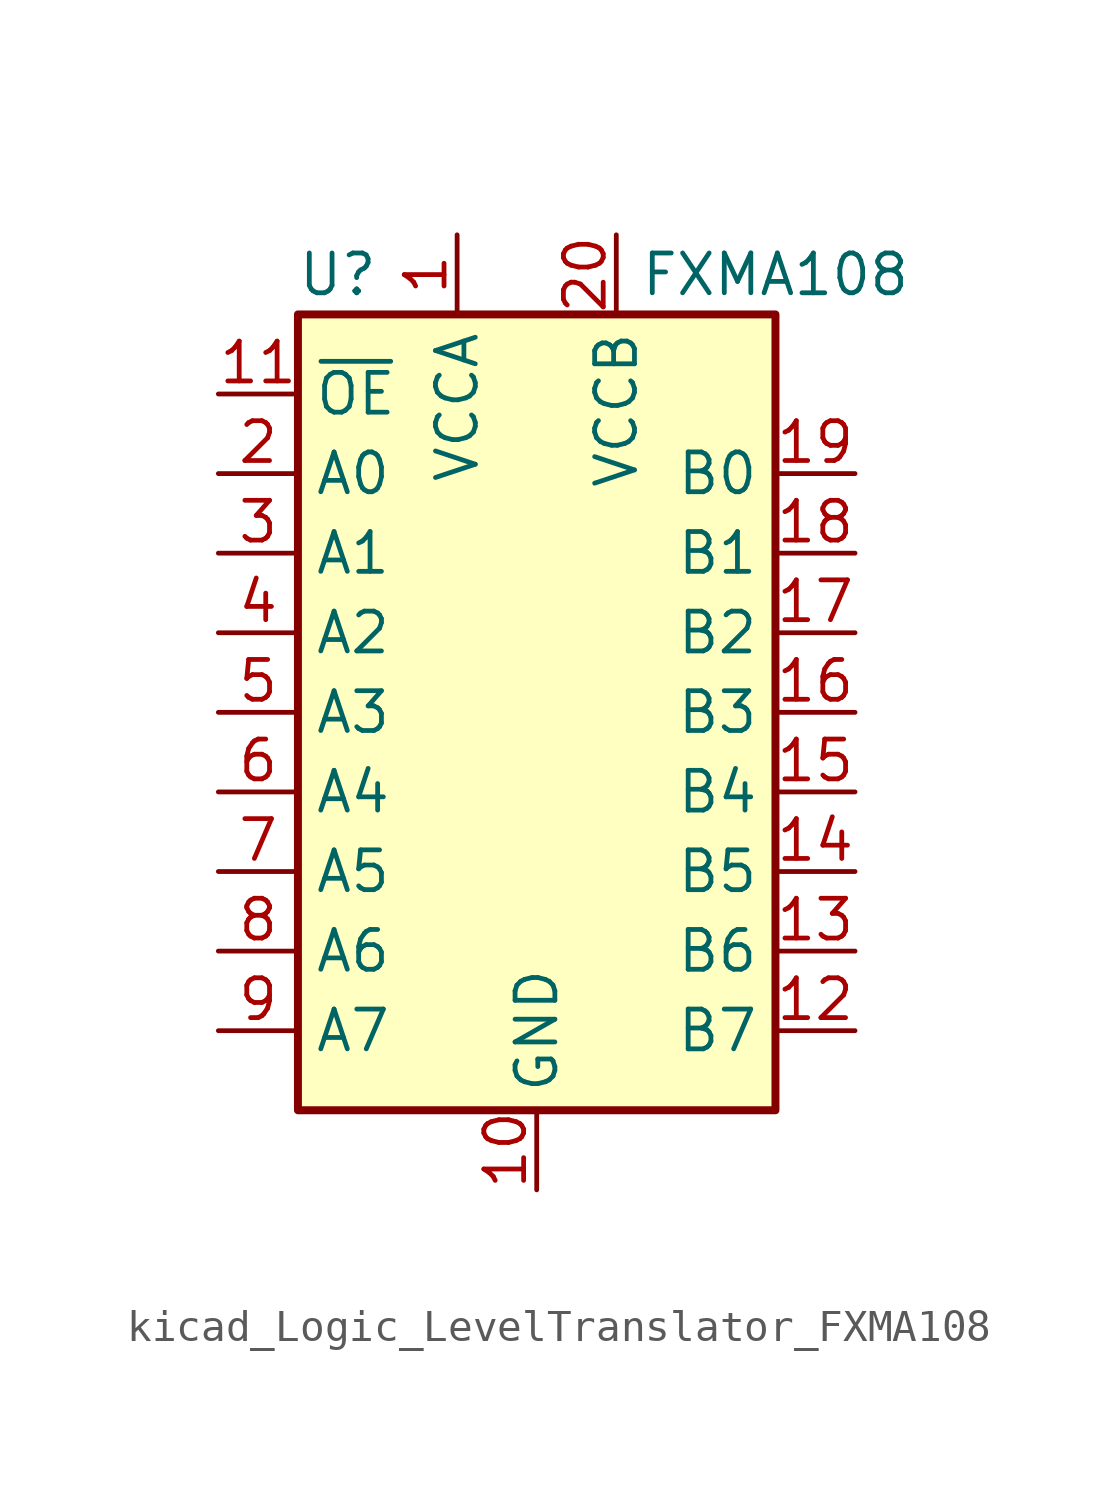
<source format=kicad_sym>
(kicad_symbol_lib
  (version 20220914)
  (generator kicad_symbol_editor)
  (symbol "kicad_Logic_LevelTranslator_FXMA108"
    (property "Reference" "U"
      (at -6.35 13.97 0)
      (effects (font (size 1.27 1.27))))
    (property "Value" "FXMA108"
      (at 7.62 13.97 0)
      (effects (font (size 1.27 1.27))))
    (symbol "kicad_Logic_LevelTranslator_FXMA108_1_1"
      (rectangle (start -7.62 12.7) (end 7.62 -12.7) (stroke (width 0.254) (type default)) (fill (type background)))
      (pin power_in line (at -2.54 15.24 270) (length 2.54) (name "VCCA" (effects (font (size 1.27 1.27)))) (number "1" (effects (font (size 1.27 1.27)))))
      (pin power_in line (at 0 -15.24 90) (length 2.54) (name "GND" (effects (font (size 1.27 1.27)))) (number "10" (effects (font (size 1.27 1.27)))))
      (pin input line (at -10.16 10.16 0) (length 2.54) (name "~{OE}" (effects (font (size 1.27 1.27)))) (number "11" (effects (font (size 1.27 1.27)))))
      (pin bidirectional line (at 10.16 -10.16 180) (length 2.54) (name "B7" (effects (font (size 1.27 1.27)))) (number "12" (effects (font (size 1.27 1.27)))))
      (pin bidirectional line (at 10.16 -7.62 180) (length 2.54) (name "B6" (effects (font (size 1.27 1.27)))) (number "13" (effects (font (size 1.27 1.27)))))
      (pin bidirectional line (at 10.16 -5.08 180) (length 2.54) (name "B5" (effects (font (size 1.27 1.27)))) (number "14" (effects (font (size 1.27 1.27)))))
      (pin bidirectional line (at 10.16 -2.54 180) (length 2.54) (name "B4" (effects (font (size 1.27 1.27)))) (number "15" (effects (font (size 1.27 1.27)))))
      (pin bidirectional line (at 10.16 0 180) (length 2.54) (name "B3" (effects (font (size 1.27 1.27)))) (number "16" (effects (font (size 1.27 1.27)))))
      (pin bidirectional line (at 10.16 2.54 180) (length 2.54) (name "B2" (effects (font (size 1.27 1.27)))) (number "17" (effects (font (size 1.27 1.27)))))
      (pin bidirectional line (at 10.16 5.08 180) (length 2.54) (name "B1" (effects (font (size 1.27 1.27)))) (number "18" (effects (font (size 1.27 1.27)))))
      (pin bidirectional line (at 10.16 7.62 180) (length 2.54) (name "B0" (effects (font (size 1.27 1.27)))) (number "19" (effects (font (size 1.27 1.27)))))
      (pin bidirectional line (at -10.16 7.62 0) (length 2.54) (name "A0" (effects (font (size 1.27 1.27)))) (number "2" (effects (font (size 1.27 1.27)))))
      (pin power_in line (at 2.54 15.24 270) (length 2.54) (name "VCCB" (effects (font (size 1.27 1.27)))) (number "20" (effects (font (size 1.27 1.27)))))
      (pin no_connect line (at 2.54 -12.7 90) (length 2.54) hide (name "NC" (effects (font (size 1.27 1.27)))) (number "21" (effects (font (size 1.27 1.27)))))
      (pin bidirectional line (at -10.16 5.08 0) (length 2.54) (name "A1" (effects (font (size 1.27 1.27)))) (number "3" (effects (font (size 1.27 1.27)))))
      (pin bidirectional line (at -10.16 2.54 0) (length 2.54) (name "A2" (effects (font (size 1.27 1.27)))) (number "4" (effects (font (size 1.27 1.27)))))
      (pin bidirectional line (at -10.16 0 0) (length 2.54) (name "A3" (effects (font (size 1.27 1.27)))) (number "5" (effects (font (size 1.27 1.27)))))
      (pin bidirectional line (at -10.16 -2.54 0) (length 2.54) (name "A4" (effects (font (size 1.27 1.27)))) (number "6" (effects (font (size 1.27 1.27)))))
      (pin bidirectional line (at -10.16 -5.08 0) (length 2.54) (name "A5" (effects (font (size 1.27 1.27)))) (number "7" (effects (font (size 1.27 1.27)))))
      (pin bidirectional line (at -10.16 -7.62 0) (length 2.54) (name "A6" (effects (font (size 1.27 1.27)))) (number "8" (effects (font (size 1.27 1.27)))))
      (pin bidirectional line (at -10.16 -10.16 0) (length 2.54) (name "A7" (effects (font (size 1.27 1.27)))) (number "9" (effects (font (size 1.27 1.27))))))))
</source>
